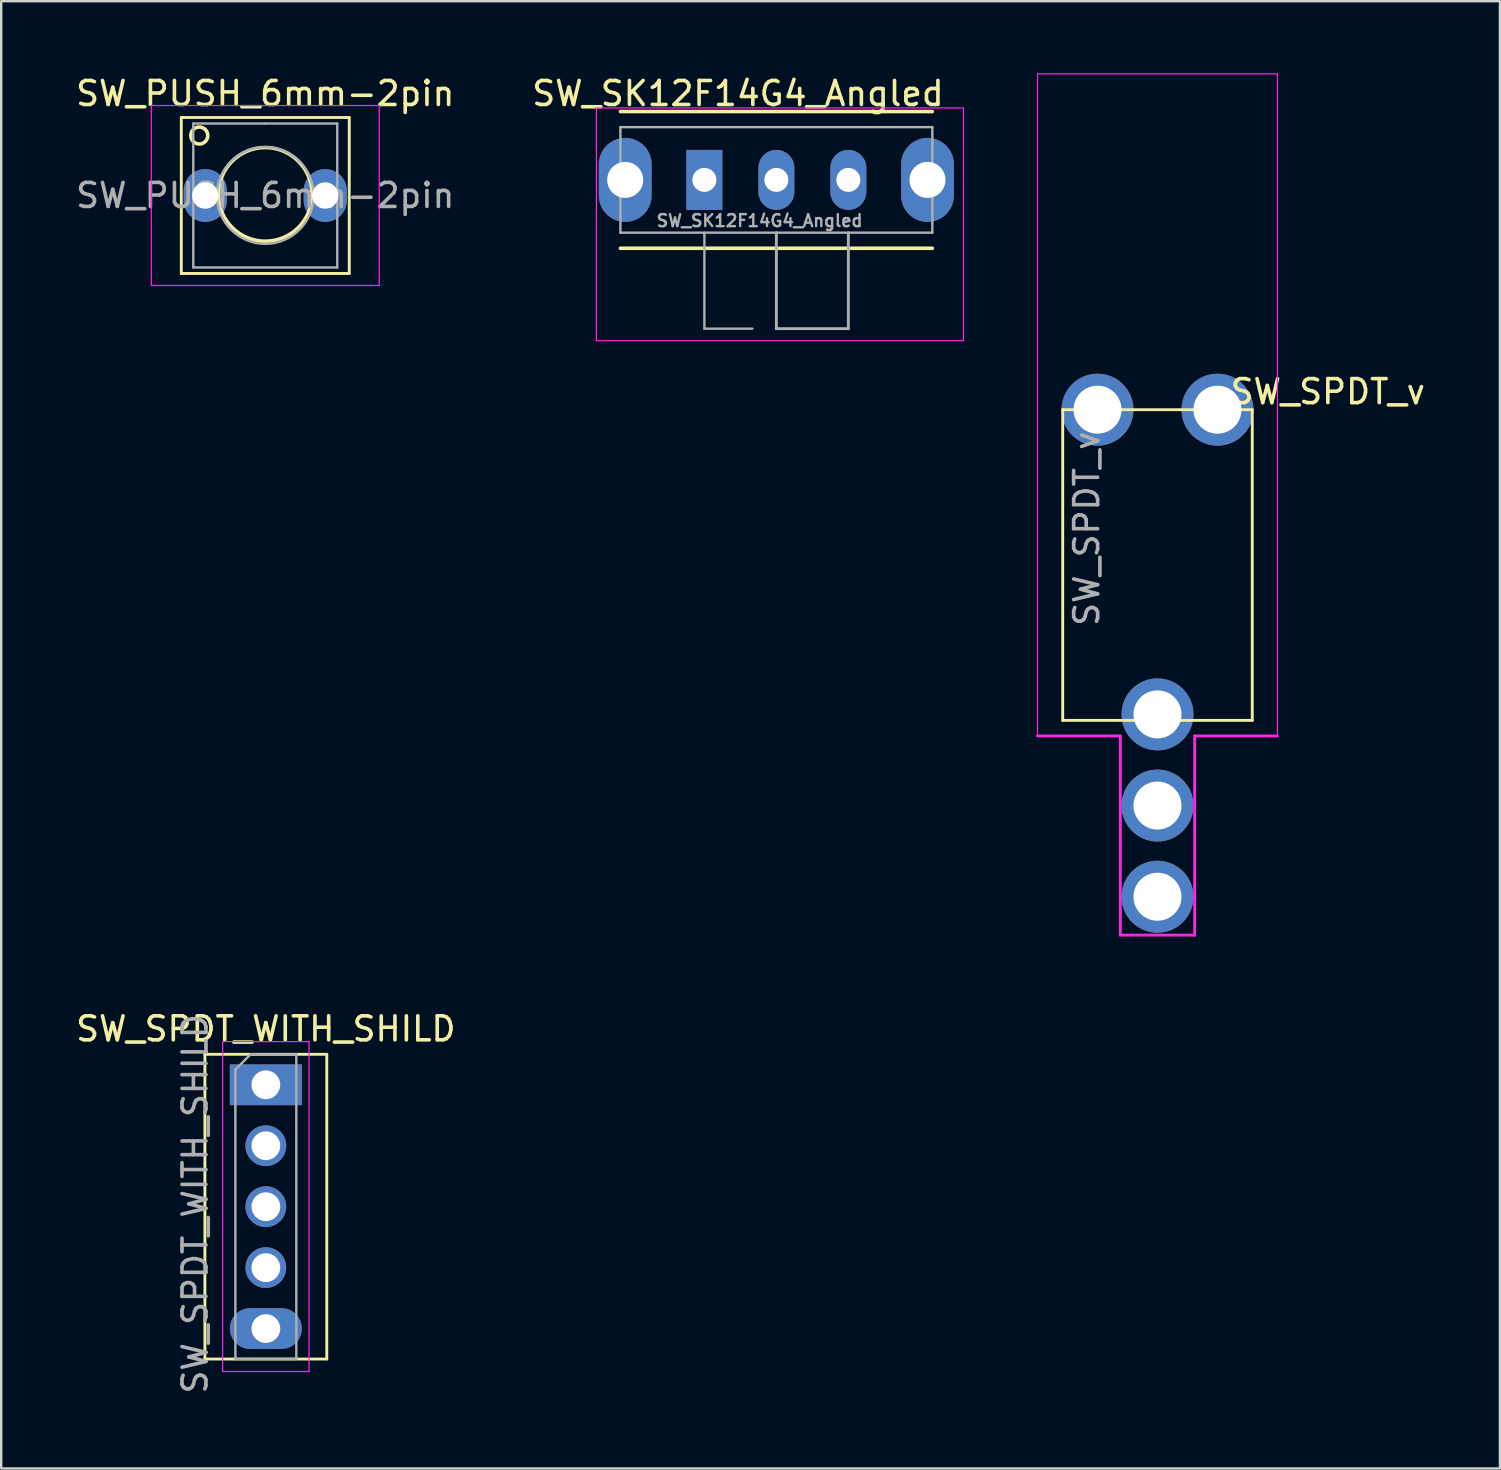
<source format=kicad_pcb>
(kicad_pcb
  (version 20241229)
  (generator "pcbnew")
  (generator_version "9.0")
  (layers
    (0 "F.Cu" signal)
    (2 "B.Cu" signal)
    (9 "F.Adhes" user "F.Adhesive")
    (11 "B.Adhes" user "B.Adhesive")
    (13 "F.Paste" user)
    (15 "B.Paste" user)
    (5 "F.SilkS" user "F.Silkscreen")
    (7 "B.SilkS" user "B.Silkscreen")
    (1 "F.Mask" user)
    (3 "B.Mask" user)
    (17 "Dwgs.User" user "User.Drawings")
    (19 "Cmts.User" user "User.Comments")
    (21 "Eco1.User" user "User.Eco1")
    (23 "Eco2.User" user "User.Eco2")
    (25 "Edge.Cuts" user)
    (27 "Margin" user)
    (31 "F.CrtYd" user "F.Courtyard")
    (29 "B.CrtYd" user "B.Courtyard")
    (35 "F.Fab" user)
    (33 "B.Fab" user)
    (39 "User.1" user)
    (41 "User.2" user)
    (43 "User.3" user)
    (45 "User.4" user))
  (footprint "SW_PUSH_6mm-2pin"
    (layer "F.Cu")
    (at 4.756 2.848)
    (property "Reference" "SW_PUSH_6mm-2pin" (at 3.25 -2 0) (layer "F.SilkS") (effects (font (size 1 1) (thickness 0.15))))
    (attr through_hole)
    (fp_line (start -0.25 -1) (end -0.25 5.5) (stroke (width 0.12) (type solid)) (layer "F.SilkS"))
    (fp_line (start -0.25 5.5) (end 6.75 5.5) (stroke (width 0.12) (type solid)) (layer "F.SilkS"))
    (fp_line (start 6.75 -1) (end -0.25 -1) (stroke (width 0.12) (type solid)) (layer "F.SilkS"))
    (fp_line (start 6.75 5.5) (end 6.75 -1) (stroke (width 0.12) (type solid)) (layer "F.SilkS"))
    (fp_circle (center 0.5 -0.25) (end 0.75 0) (stroke (width 0.15) (type solid)) (fill no) (layer "F.SilkS"))
    (fp_circle (center 3.25 2.203) (end 4.5 3.703) (stroke (width 0.15) (type solid)) (fill no) (layer "F.SilkS"))
    (fp_line (start -1.5 -1.5) (end -1.25 -1.5) (stroke (width 0.05) (type solid)) (layer "F.CrtYd"))
    (fp_line (start -1.5 -1.25) (end -1.5 -1.5) (stroke (width 0.05) (type solid)) (layer "F.CrtYd"))
    (fp_line (start -1.5 5.75) (end -1.5 -1.25) (stroke (width 0.05) (type solid)) (layer "F.CrtYd"))
    (fp_line (start -1.5 5.75) (end -1.5 6) (stroke (width 0.05) (type solid)) (layer "F.CrtYd"))
    (fp_line (start -1.5 6) (end -1.25 6) (stroke (width 0.05) (type solid)) (layer "F.CrtYd"))
    (fp_line (start -1.25 -1.5) (end 7.75 -1.5) (stroke (width 0.05) (type solid)) (layer "F.CrtYd"))
    (fp_line (start 7.75 -1.5) (end 8 -1.5) (stroke (width 0.05) (type solid)) (layer "F.CrtYd"))
    (fp_line (start 7.75 6) (end -1.25 6) (stroke (width 0.05) (type solid)) (layer "F.CrtYd"))
    (fp_line (start 7.75 6) (end 8 6) (stroke (width 0.05) (type solid)) (layer "F.CrtYd"))
    (fp_line (start 8 -1.5) (end 8 -1.25) (stroke (width 0.05) (type solid)) (layer "F.CrtYd"))
    (fp_line (start 8 -1.25) (end 8 5.75) (stroke (width 0.05) (type solid)) (layer "F.CrtYd"))
    (fp_line (start 8 6) (end 8 5.75) (stroke (width 0.05) (type solid)) (layer "F.CrtYd"))
    (fp_line (start 0.25 -0.75) (end 3.25 -0.75) (stroke (width 0.1) (type solid)) (layer "F.Fab"))
    (fp_line (start 0.25 5.25) (end 0.25 -0.75) (stroke (width 0.1) (type solid)) (layer "F.Fab"))
    (fp_line (start 3.25 -0.75) (end 6.25 -0.75) (stroke (width 0.1) (type solid)) (layer "F.Fab"))
    (fp_line (start 6.25 -0.75) (end 6.25 5.25) (stroke (width 0.1) (type solid)) (layer "F.Fab"))
    (fp_line (start 6.25 5.25) (end 0.25 5.25) (stroke (width 0.1) (type solid)) (layer "F.Fab"))
    (fp_circle (center 3.25 2.25) (end 1.25 2.5) (stroke (width 0.1) (type solid)) (fill no) (layer "F.Fab"))
    (fp_text user "${REFERENCE}" (at 3.25 2.25 0) (layer "F.Fab") (effects (font (size 1 1) (thickness 0.15))))
    (pad "1" thru_hole oval (at 0.75 2.25 90) (size 2.2 1.8) (drill 1.1) (layers "*.Cu" "*.Mask"))
    (pad "2" thru_hole oval (at 5.75 2.25 90) (size 2.2 1.8) (drill 1.1) (layers "*.Cu" "*.Mask")))
  (footprint "SW_SPDT_WITH_SHILD"
    (layer "F.Cu")
    (at 8.03 42.163)
    (property "Reference" "SW_SPDT_WITH_SHILD" (at 0 -2.33 0) (layer "F.SilkS") (effects (font (size 1 1) (thickness 0.15))))
    (attr through_hole)
    (fp_line (start -2.54 -1.27) (end -2.54 11.43) (stroke (width 0.12) (type solid)) (layer "F.SilkS"))
    (fp_line (start -2.54 -1.27) (end 2.54 -1.27) (stroke (width 0.12) (type solid)) (layer "F.SilkS"))
    (fp_line (start -2.54 11.43) (end 2.54 11.43) (stroke (width 0.12) (type solid)) (layer "F.SilkS"))
    (fp_line (start 2.54 -1.27) (end 2.54 11.43) (stroke (width 0.12) (type solid)) (layer "F.SilkS"))
    (fp_line (start -1.8 -1.8) (end -1.8 11.95) (stroke (width 0.05) (type solid)) (layer "F.CrtYd"))
    (fp_line (start -1.8 11.95) (end 1.8 11.95) (stroke (width 0.05) (type solid)) (layer "F.CrtYd"))
    (fp_line (start 1.8 -1.8) (end -1.8 -1.8) (stroke (width 0.05) (type solid)) (layer "F.CrtYd"))
    (fp_line (start 1.8 11.95) (end 1.8 -1.8) (stroke (width 0.05) (type solid)) (layer "F.CrtYd"))
    (fp_line (start -1.27 -0.635) (end -0.635 -1.27) (stroke (width 0.1) (type solid)) (layer "F.Fab"))
    (fp_line (start -1.27 11.43) (end -1.27 -0.635) (stroke (width 0.1) (type solid)) (layer "F.Fab"))
    (fp_line (start -0.635 -1.27) (end 1.27 -1.27) (stroke (width 0.1) (type solid)) (layer "F.Fab"))
    (fp_line (start 1.27 -1.27) (end 1.27 11.43) (stroke (width 0.1) (type solid)) (layer "F.Fab"))
    (fp_line (start 1.27 11.43) (end -1.27 11.43) (stroke (width 0.1) (type solid)) (layer "F.Fab"))
    (fp_text user "${REFERENCE}" (at -2.95 4.96 90) (layer "F.Fab") (effects (font (size 1 1) (thickness 0.15))))
    (pad "1" thru_hole oval (at 0 2.54) (size 1.7 1.7) (drill 1.2) (layers "*.Cu" "*.Mask"))
    (pad "2" thru_hole oval (at 0 5.08) (size 1.7 1.7) (drill 1.2) (layers "*.Cu" "*.Mask"))
    (pad "3" thru_hole oval (at 0 7.62) (size 1.7 1.7) (drill 1.2) (layers "*.Cu" "*.Mask"))
    (pad "4" thru_hole rect (at 0 0) (size 3 1.7) (drill 1.2) (layers "*.Cu" "*.Mask"))
    (pad "5" thru_hole oval (at 0 10.16) (size 3 1.7) (drill 1.2) (layers "*.Cu" "*.Mask")))
  (footprint "SW_SK12F14G4_Angled"
    (layer "F.Cu")
    (at 29.308 4.448)
    (property "Reference" "SW_SK12F14G4_Angled" (at -1.6 -3.6 0) (layer "F.SilkS") (effects (font (size 1 1) (thickness 0.15))))
    (attr through_hole)
    (fp_line (start -6.5 -2.85) (end 6.5 -2.85) (stroke (width 0.15) (type solid)) (layer "F.SilkS"))
    (fp_line (start -6.5 2.85) (end 6.5 2.85) (stroke (width 0.15) (type solid)) (layer "F.SilkS"))
    (fp_line (start -7.5 -3) (end 7.8 -3) (stroke (width 0.05) (type solid)) (layer "F.CrtYd"))
    (fp_line (start -7.5 6.7) (end -7.5 -3) (stroke (width 0.05) (type solid)) (layer "F.CrtYd"))
    (fp_line (start 7.8 -3) (end 7.8 6.7) (stroke (width 0.05) (type solid)) (layer "F.CrtYd"))
    (fp_line (start 7.8 6.7) (end -7.5 6.7) (stroke (width 0.05) (type solid)) (layer "F.CrtYd"))
    (fp_line (start -6.5 -2.2) (end -6.5 2.2) (stroke (width 0.1) (type solid)) (layer "F.Fab"))
    (fp_line (start -6.5 -2.2) (end 6.5 -2.2) (stroke (width 0.1) (type solid)) (layer "F.Fab"))
    (fp_line (start -6.5 2.2) (end 6.5 2.2) (stroke (width 0.1) (type solid)) (layer "F.Fab"))
    (fp_line (start -3 6.2) (end -3 2.2) (stroke (width 0.1) (type solid)) (layer "F.Fab"))
    (fp_line (start -1 6.2) (end -3 6.2) (stroke (width 0.1) (type solid)) (layer "F.Fab"))
    (fp_line (start 0 6.2) (end 0 2.2) (stroke (width 0.12) (type solid)) (layer "F.Fab"))
    (fp_line (start 3 6.2) (end 0 6.2) (stroke (width 0.12) (type solid)) (layer "F.Fab"))
    (fp_line (start 3 6.2) (end 3 2.2) (stroke (width 0.12) (type solid)) (layer "F.Fab"))
    (fp_line (start 6.5 2.2) (end 6.5 -2.2) (stroke (width 0.1) (type solid)) (layer "F.Fab"))
    (fp_text user "${REFERENCE}" (at -0.7 1.7 0) (layer "F.Fab") (effects (font (size 0.5 0.5) (thickness 0.1))))
    (pad "1" thru_hole rect (at -3 0) (size 1.5 2.5) (drill 1) (layers "*.Cu" "*.Mask"))
    (pad "2" thru_hole oval (at 0 0) (size 1.5 2.5) (drill 1) (layers "*.Cu" "*.Mask"))
    (pad "3" thru_hole oval (at 3 0) (size 1.5 2.5) (drill 1) (layers "*.Cu" "*.Mask"))
    (pad "4" thru_hole oval (at -6.3 0) (size 2.2 3.5) (drill 1.5) (layers "*.Cu" "*.Mask"))
    (pad "5" thru_hole oval (at 6.3 0) (size 2.2 3.5) (drill 1.5) (layers "*.Cu" "*.Mask")))
  (footprint "SW_SPDT_v"
    (layer "F.Cu")
    (at 45.193 14.025)
    (property "Reference" "SW_SPDT_v" (at 7.1 -0.75 0) (layer "F.SilkS") (effects (font (size 1 1) (thickness 0.15))))
    (attr through_hole)
    (fp_line (start -3.95 0) (end -3.95 12.95) (stroke (width 0.12) (type solid)) (layer "F.SilkS"))
    (fp_line (start -3.95 0) (end 3.95 0) (stroke (width 0.12) (type solid)) (layer "F.SilkS"))
    (fp_line (start -3.95 12.95) (end 3.95 12.95) (stroke (width 0.12) (type solid)) (layer "F.SilkS"))
    (fp_line (start 3.95 0) (end 3.95 12.95) (stroke (width 0.12) (type solid)) (layer "F.SilkS"))
    (fp_line (start -5 -14) (end -5 13.6) (stroke (width 0.05) (type solid)) (layer "F.CrtYd"))
    (fp_line (start -1.55 13.6) (end -5 13.6) (stroke (width 0.12) (type solid)) (layer "F.CrtYd"))
    (fp_line (start -1.55 21.9) (end -1.55 13.6) (stroke (width 0.12) (type solid)) (layer "F.CrtYd"))
    (fp_line (start 1.55 13.6) (end 1.55 21.9) (stroke (width 0.12) (type solid)) (layer "F.CrtYd"))
    (fp_line (start 1.55 21.9) (end -1.55 21.9) (stroke (width 0.12) (type solid)) (layer "F.CrtYd"))
    (fp_line (start 5 -14) (end -5 -14) (stroke (width 0.05) (type solid)) (layer "F.CrtYd"))
    (fp_line (start 5 13.6) (end 1.55 13.6) (stroke (width 0.12) (type solid)) (layer "F.CrtYd"))
    (fp_line (start 5 13.6) (end 5 -14) (stroke (width 0.05) (type solid)) (layer "F.CrtYd"))
    (fp_text user "${REFERENCE}" (at -2.95 4.96 90) (layer "F.Fab") (effects (font (size 1 1) (thickness 0.15))))
    (pad "1" thru_hole oval (at 0 12.7) (size 3 3) (drill 2) (layers "*.Cu" "*.Mask"))
    (pad "2" thru_hole oval (at 0 16.5) (size 3 3) (drill 2) (layers "*.Cu" "*.Mask"))
    (pad "3" thru_hole oval (at 0 20.3) (size 3 3) (drill 2) (layers "*.Cu" "*.Mask"))
    (pad "4" thru_hole circle (at 2.5 0) (size 3 3) (drill 2) (layers "*.Cu" "*.Mask"))
    (pad "5" thru_hole oval (at -2.5 0) (size 3 3) (drill 2) (layers "*.Cu" "*.Mask")))
  (gr_rect
    (start -3 -3)
    (end 59.466 58.153)
    (stroke (width 0.1) (type default))
    (fill no)
    (layer "Edge.Cuts")))
</source>
